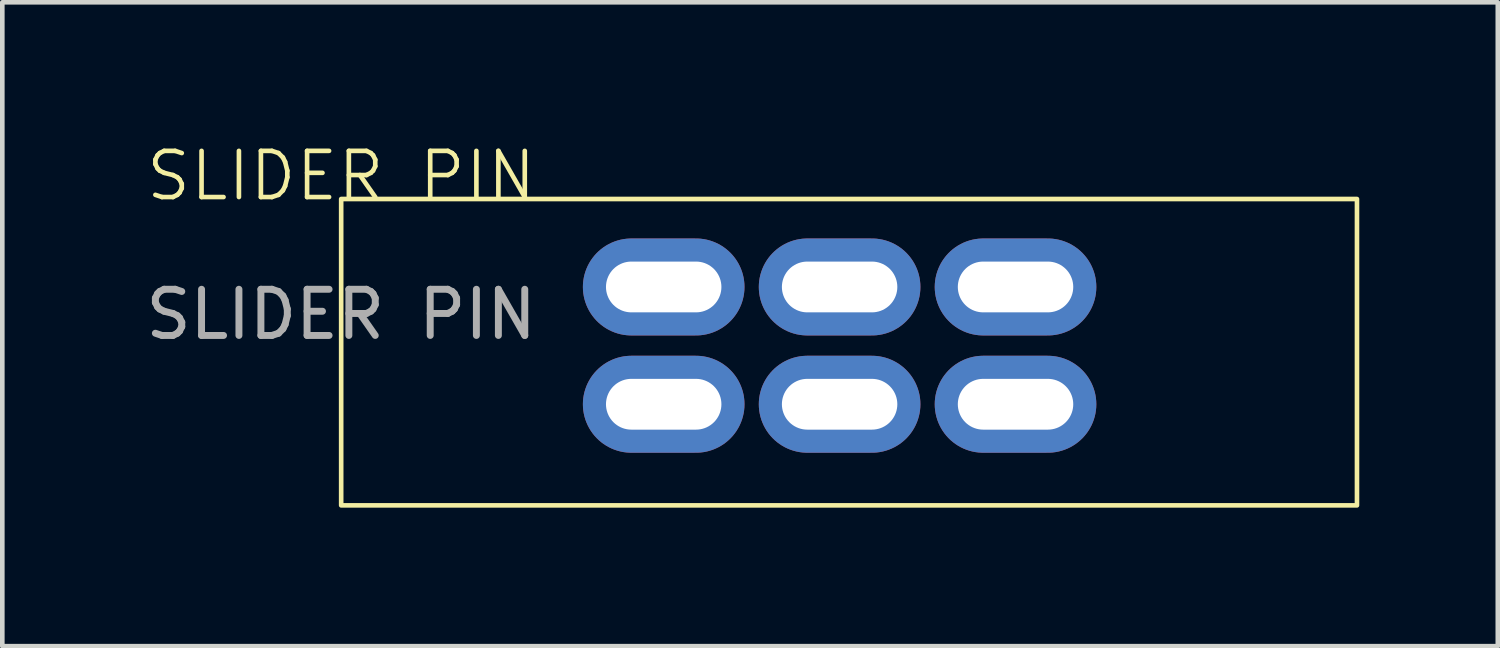
<source format=kicad_pcb>
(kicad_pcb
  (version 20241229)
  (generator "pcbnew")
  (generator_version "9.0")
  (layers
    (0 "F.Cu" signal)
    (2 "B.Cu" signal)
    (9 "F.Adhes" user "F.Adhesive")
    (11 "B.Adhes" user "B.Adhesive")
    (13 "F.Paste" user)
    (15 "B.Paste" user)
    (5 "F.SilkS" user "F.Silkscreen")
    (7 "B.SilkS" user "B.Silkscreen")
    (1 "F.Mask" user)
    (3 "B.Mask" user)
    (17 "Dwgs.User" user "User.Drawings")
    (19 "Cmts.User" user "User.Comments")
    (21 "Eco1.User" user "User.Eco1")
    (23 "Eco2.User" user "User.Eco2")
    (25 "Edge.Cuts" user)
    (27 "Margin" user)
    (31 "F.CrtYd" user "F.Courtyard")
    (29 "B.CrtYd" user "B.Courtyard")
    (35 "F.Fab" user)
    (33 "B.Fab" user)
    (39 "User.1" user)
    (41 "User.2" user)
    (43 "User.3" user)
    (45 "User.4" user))
  (footprint "SLIDER PIN"
    (layer "F.Cu")
    (at 4.339 1.26)
    (property "Reference" "SLIDER PIN" (at 0 -0.5 0) (unlocked yes) (layer "F.SilkS") (effects (font (size 1 1) (thickness 0.1))))
    (attr through_hole)
    (fp_rect (start 0 0) (end 22 6.635) (stroke (width 0.1) (type default)) (fill no) (layer "F.SilkS"))
    (fp_text user "${REFERENCE}" (at 0 2.5 0) (unlocked yes) (layer "F.Fab") (effects (font (size 1 1) (thickness 0.15))))
    (pad "1" thru_hole oval (at 6.985 1.905 90) (size 2.1 3.5) (drill oval 1.1 2.5) (layers "*.Cu" "*.Mask"))
    (pad "2" thru_hole oval (at 6.985 4.445 90) (size 2.1 3.5) (drill oval 1.1 2.5) (layers "*.Cu" "*.Mask"))
    (pad "3" thru_hole oval (at 14.605 1.905 90) (size 2.1 3.5) (drill oval 1.1 2.5) (layers "*.Cu" "*.Mask"))
    (pad "4" thru_hole oval (at 14.605 4.445 90) (size 2.1 3.5) (drill oval 1.1 2.5) (layers "*.Cu" "*.Mask"))
    (pad "5" thru_hole oval (at 10.795 1.905 90) (size 2.1 3.5) (drill oval 1.1 2.5) (layers "*.Cu" "*.Mask"))
    (pad "6" thru_hole oval (at 10.795 4.445 90) (size 2.1 3.5) (drill oval 1.1 2.5) (layers "*.Cu" "*.Mask")))
  (gr_rect
    (start -3 -3)
    (end 29.389 10.945)
    (stroke (width 0.1) (type default))
    (fill no)
    (layer "Edge.Cuts")))
</source>
